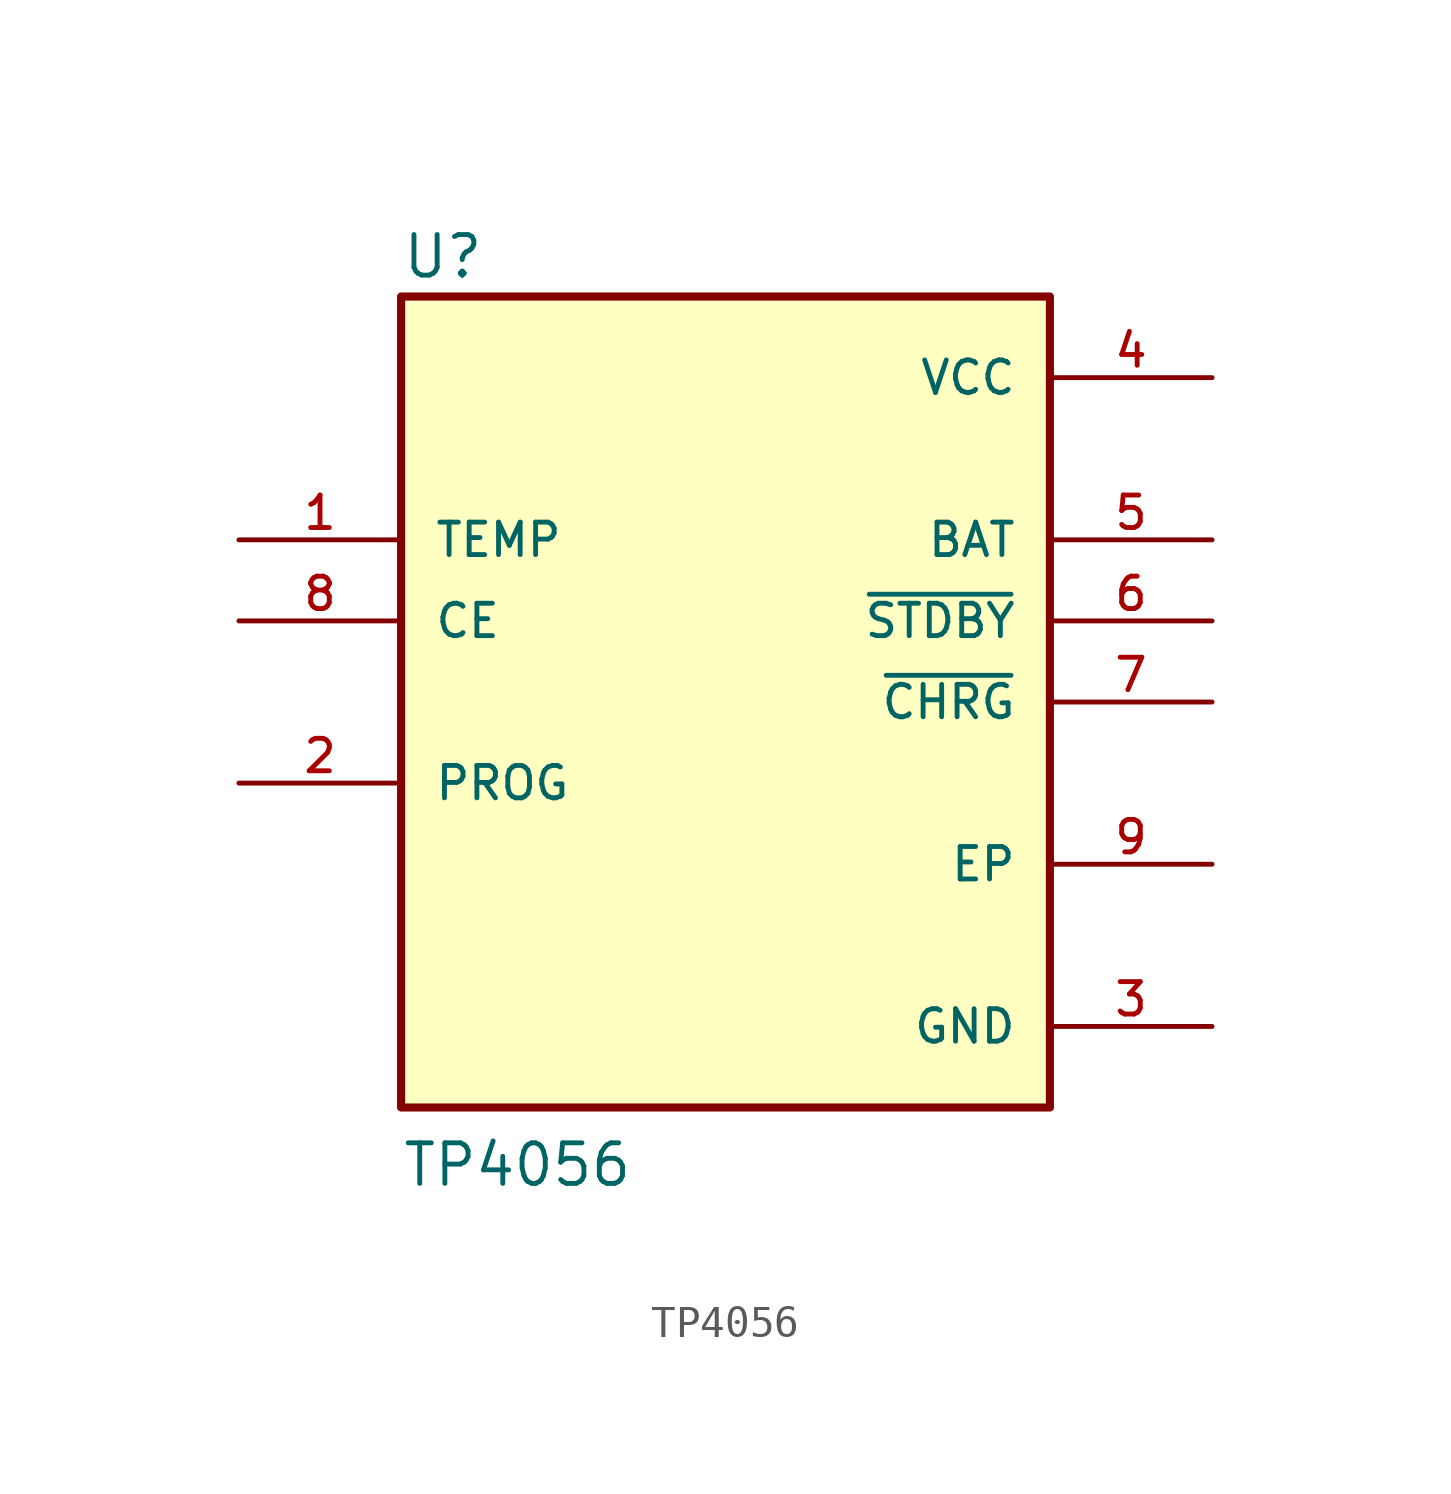
<source format=kicad_sym>
(kicad_symbol_lib
  (version 20211014)
  (generator kicad_symbol_editor)
  (symbol "TP4056"
    (pin_names
      (offset 1.016))
    (property "Reference" "U"
      (at -10.16 13.208 0)
      (effects (font (size 1.27 1.27)) (justify left bottom)))
    (property "Value" "TP4056"
      (at -10.16 -15.24 0)
      (effects (font (size 1.27 1.27)) (justify left bottom)))
    (symbol "TP4056_0_0"
      (rectangle (start -10.16 -12.7) (end 10.16 12.7) (stroke (width 0.254) (type default) (color 0 0 0 0)) (fill (type background)))
      (pin input line (at -15.24 5.08 0) (length 5.08) (name "TEMP" (effects (font (size 1.016 1.016)))) (number "1" (effects (font (size 1.016 1.016)))))
      (pin bidirectional line (at -15.24 -2.54 0) (length 5.08) (name "PROG" (effects (font (size 1.016 1.016)))) (number "2" (effects (font (size 1.016 1.016)))))
      (pin power_in line (at 15.24 -10.16 180) (length 5.08) (name "GND" (effects (font (size 1.016 1.016)))) (number "3" (effects (font (size 1.016 1.016)))))
      (pin power_in line (at 15.24 10.16 180) (length 5.08) (name "VCC" (effects (font (size 1.016 1.016)))) (number "4" (effects (font (size 1.016 1.016)))))
      (pin output line (at 15.24 5.08 180) (length 5.08) (name "BAT" (effects (font (size 1.016 1.016)))) (number "5" (effects (font (size 1.016 1.016)))))
      (pin output line (at 15.24 2.54 180) (length 5.08) (name "~{STDBY}" (effects (font (size 1.016 1.016)))) (number "6" (effects (font (size 1.016 1.016)))))
      (pin output line (at 15.24 0 180) (length 5.08) (name "~{CHRG}" (effects (font (size 1.016 1.016)))) (number "7" (effects (font (size 1.016 1.016)))))
      (pin input line (at -15.24 2.54 0) (length 5.08) (name "CE" (effects (font (size 1.016 1.016)))) (number "8" (effects (font (size 1.016 1.016)))))
      (pin passive line (at 15.24 -5.08 180) (length 5.08) (name "EP" (effects (font (size 1.016 1.016)))) (number "9" (effects (font (size 1.016 1.016))))))))
</source>
